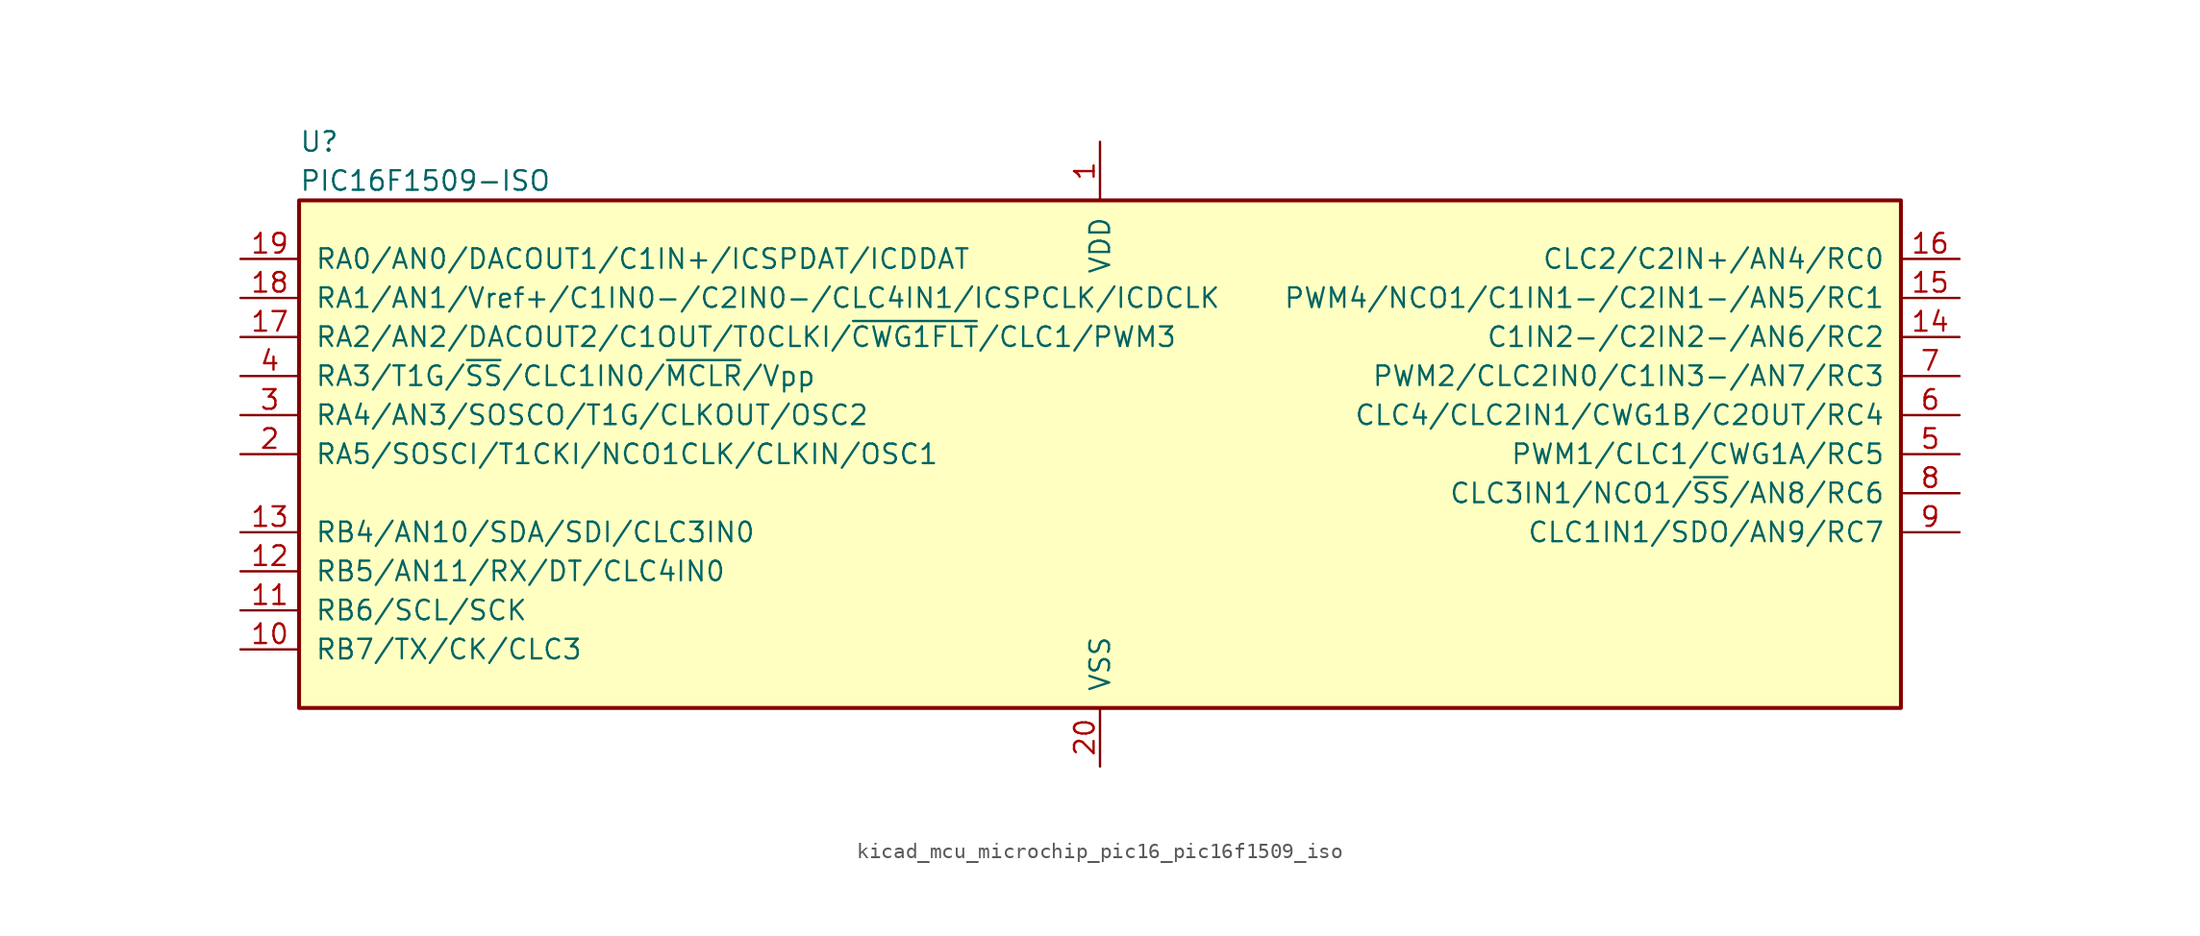
<source format=kicad_sym>
(kicad_symbol_lib
  (version 20220914)
  (generator kicad_symbol_editor)
  (symbol "kicad_mcu_microchip_pic16_pic16f1509_iso"
    (pin_names
      (offset 1.016))
    (property "Reference" "U"
      (at -52.07 20.32 0)
      (effects (font (size 1.27 1.27)) (justify left)))
    (property "Value" "PIC16F1509-ISO"
      (at -52.07 17.78 0)
      (effects (font (size 1.27 1.27)) (justify left)))
    (symbol "kicad_mcu_microchip_pic16_pic16f1509_iso_0_1"
      (rectangle (start -52.07 16.51) (end 52.07 -16.51) (stroke (width 0.254) (type default)) (fill (type background))))
    (symbol "kicad_mcu_microchip_pic16_pic16f1509_iso_1_1"
      (pin power_in line (at 0 20.32 270) (length 3.81) (name "VDD" (effects (font (size 1.27 1.27)))) (number "1" (effects (font (size 1.27 1.27)))))
      (pin bidirectional line (at -55.88 -12.7 0) (length 3.81) (name "RB7/TX/CK/CLC3" (effects (font (size 1.27 1.27)))) (number "10" (effects (font (size 1.27 1.27)))))
      (pin bidirectional line (at -55.88 -10.16 0) (length 3.81) (name "RB6/SCL/SCK" (effects (font (size 1.27 1.27)))) (number "11" (effects (font (size 1.27 1.27)))))
      (pin bidirectional line (at -55.88 -7.62 0) (length 3.81) (name "RB5/AN11/RX/DT/CLC4IN0" (effects (font (size 1.27 1.27)))) (number "12" (effects (font (size 1.27 1.27)))))
      (pin bidirectional line (at -55.88 -5.08 0) (length 3.81) (name "RB4/AN10/SDA/SDI/CLC3IN0" (effects (font (size 1.27 1.27)))) (number "13" (effects (font (size 1.27 1.27)))))
      (pin bidirectional line (at 55.88 7.62 180) (length 3.81) (name "C1IN2-/C2IN2-/AN6/RC2" (effects (font (size 1.27 1.27)))) (number "14" (effects (font (size 1.27 1.27)))))
      (pin bidirectional line (at 55.88 10.16 180) (length 3.81) (name "PWM4/NCO1/C1IN1-/C2IN1-/AN5/RC1" (effects (font (size 1.27 1.27)))) (number "15" (effects (font (size 1.27 1.27)))))
      (pin bidirectional line (at 55.88 12.7 180) (length 3.81) (name "CLC2/C2IN+/AN4/RC0" (effects (font (size 1.27 1.27)))) (number "16" (effects (font (size 1.27 1.27)))))
      (pin bidirectional line (at -55.88 7.62 0) (length 3.81) (name "RA2/AN2/DACOUT2/C1OUT/T0CLKI/~{CWG1FLT}/CLC1/PWM3" (effects (font (size 1.27 1.27)))) (number "17" (effects (font (size 1.27 1.27)))))
      (pin bidirectional line (at -55.88 10.16 0) (length 3.81) (name "RA1/AN1/Vref+/C1IN0-/C2IN0-/CLC4IN1/ICSPCLK/ICDCLK" (effects (font (size 1.27 1.27)))) (number "18" (effects (font (size 1.27 1.27)))))
      (pin bidirectional line (at -55.88 12.7 0) (length 3.81) (name "RA0/AN0/DACOUT1/C1IN+/ICSPDAT/ICDDAT" (effects (font (size 1.27 1.27)))) (number "19" (effects (font (size 1.27 1.27)))))
      (pin bidirectional line (at -55.88 0 0) (length 3.81) (name "RA5/SOSCI/T1CKI/NCO1CLK/CLKIN/OSC1" (effects (font (size 1.27 1.27)))) (number "2" (effects (font (size 1.27 1.27)))))
      (pin power_in line (at 0 -20.32 90) (length 3.81) (name "VSS" (effects (font (size 1.27 1.27)))) (number "20" (effects (font (size 1.27 1.27)))))
      (pin bidirectional line (at -55.88 2.54 0) (length 3.81) (name "RA4/AN3/SOSCO/T1G/CLKOUT/OSC2" (effects (font (size 1.27 1.27)))) (number "3" (effects (font (size 1.27 1.27)))))
      (pin input line (at -55.88 5.08 0) (length 3.81) (name "RA3/T1G/~{SS}/CLC1IN0/~{MCLR}/Vpp" (effects (font (size 1.27 1.27)))) (number "4" (effects (font (size 1.27 1.27)))))
      (pin bidirectional line (at 55.88 0 180) (length 3.81) (name "PWM1/CLC1/CWG1A/RC5" (effects (font (size 1.27 1.27)))) (number "5" (effects (font (size 1.27 1.27)))))
      (pin bidirectional line (at 55.88 2.54 180) (length 3.81) (name "CLC4/CLC2IN1/CWG1B/C2OUT/RC4" (effects (font (size 1.27 1.27)))) (number "6" (effects (font (size 1.27 1.27)))))
      (pin bidirectional line (at 55.88 5.08 180) (length 3.81) (name "PWM2/CLC2IN0/C1IN3-/AN7/RC3" (effects (font (size 1.27 1.27)))) (number "7" (effects (font (size 1.27 1.27)))))
      (pin bidirectional line (at 55.88 -2.54 180) (length 3.81) (name "CLC3IN1/NCO1/~{SS}/AN8/RC6" (effects (font (size 1.27 1.27)))) (number "8" (effects (font (size 1.27 1.27)))))
      (pin bidirectional line (at 55.88 -5.08 180) (length 3.81) (name "CLC1IN1/SDO/AN9/RC7" (effects (font (size 1.27 1.27)))) (number "9" (effects (font (size 1.27 1.27))))))))
</source>
